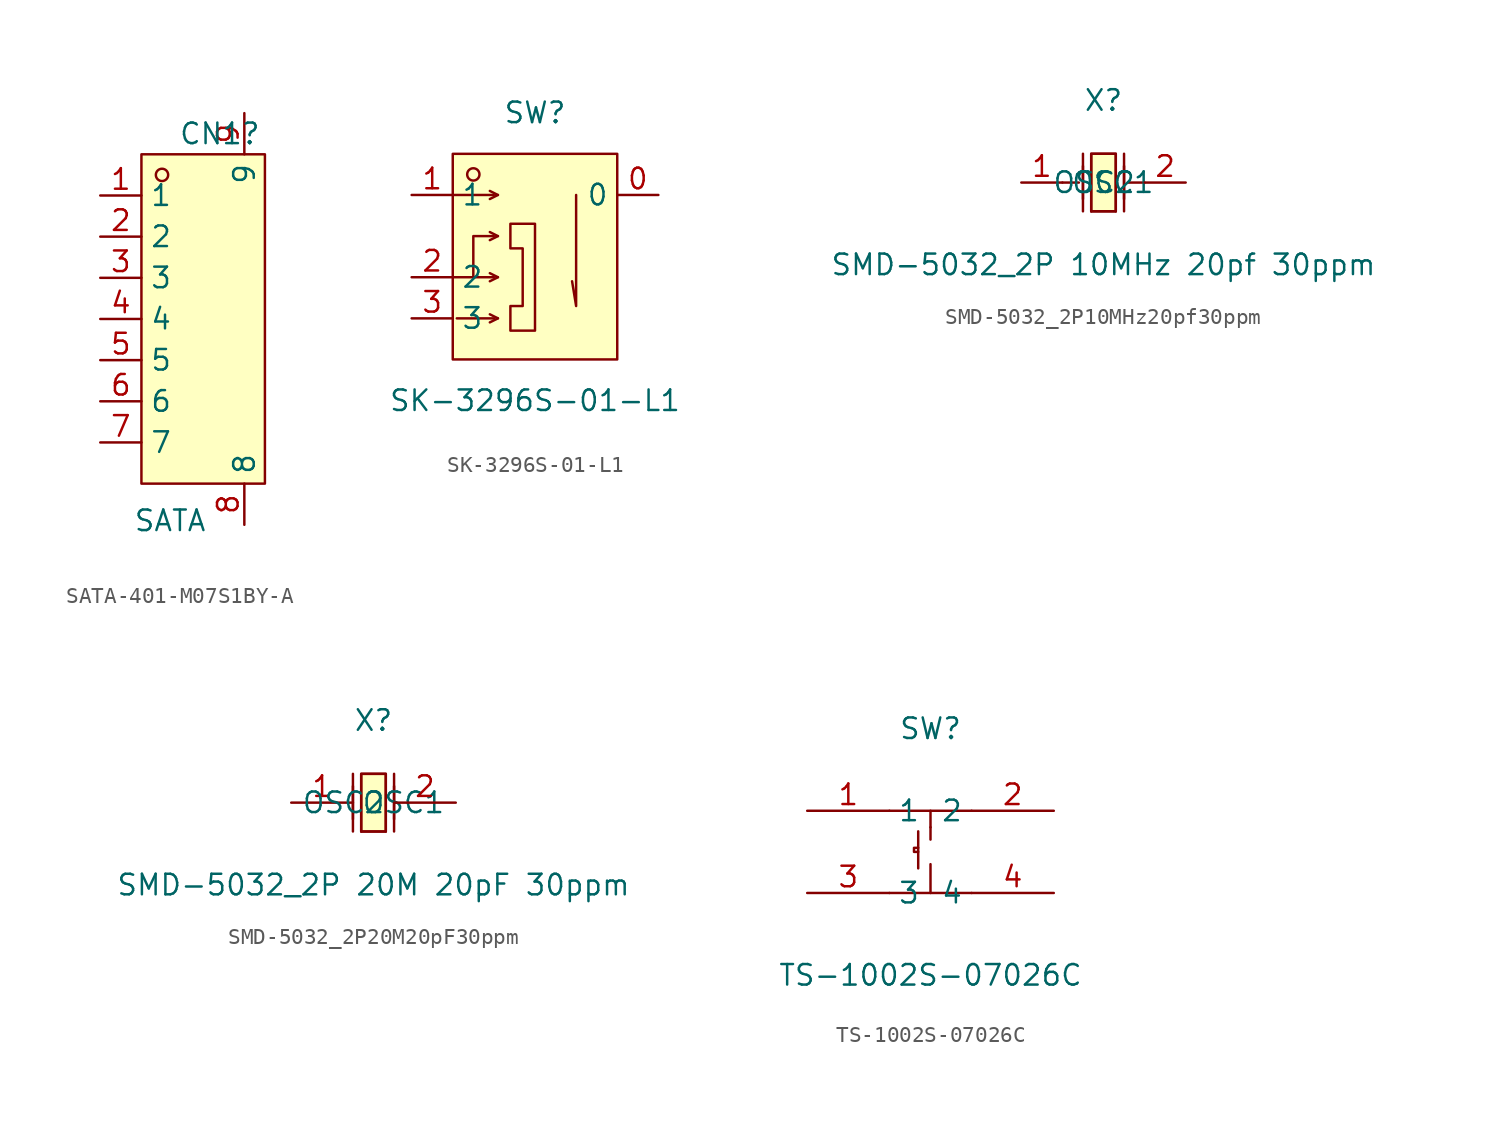
<source format=kicad_sym>
(kicad_symbol_lib
  (version 20241209)
  (generator "kicad_symbol_editor")
  (generator_version "9.0")
  (symbol "SATA-401-M07S1BY-A"
    (property "Reference" "CN1"
      (at -0.254 11.43 0)
      (effects (font (size 1.27 1.27)) (justify left)))
    (property "Value" "SATA"
      (at -3.048 -12.446 0)
      (effects (font (size 1.27 1.27)) (justify left)))
    (symbol "SATA-401-M07S1BY-A_0_1"
      (rectangle (start -2.54 10.16) (end 5.08 -10.16) (stroke (width 0) (type default)) (fill (type background)))
      (circle (center -1.27 8.89) (radius 0.38) (stroke (width 0) (type default)) (fill (type none)))
      (pin unspecified line (at -5.08 7.62 0) (length 2.54) (name "1" (effects (font (size 1.27 1.27)))) (number "1" (effects (font (size 1.27 1.27)))))
      (pin unspecified line (at -5.08 5.08 0) (length 2.54) (name "2" (effects (font (size 1.27 1.27)))) (number "2" (effects (font (size 1.27 1.27)))))
      (pin unspecified line (at -5.08 2.54 0) (length 2.54) (name "3" (effects (font (size 1.27 1.27)))) (number "3" (effects (font (size 1.27 1.27)))))
      (pin unspecified line (at -5.08 0 0) (length 2.54) (name "4" (effects (font (size 1.27 1.27)))) (number "4" (effects (font (size 1.27 1.27)))))
      (pin unspecified line (at -5.08 -2.54 0) (length 2.54) (name "5" (effects (font (size 1.27 1.27)))) (number "5" (effects (font (size 1.27 1.27)))))
      (pin unspecified line (at -5.08 -5.08 0) (length 2.54) (name "6" (effects (font (size 1.27 1.27)))) (number "6" (effects (font (size 1.27 1.27)))))
      (pin unspecified line (at -5.08 -7.62 0) (length 2.54) (name "7" (effects (font (size 1.27 1.27)))) (number "7" (effects (font (size 1.27 1.27)))))
      (pin unspecified line (at 3.81 12.7 270) (length 2.54) (name "9" (effects (font (size 1.27 1.27)))) (number "9" (effects (font (size 1.27 1.27)))))
      (pin unspecified line (at 3.81 -12.7 90) (length 2.54) (name "8" (effects (font (size 1.27 1.27)))) (number "8" (effects (font (size 1.27 1.27)))))))
  (symbol "SK-3296S-01-L1"
    (property "Reference" "SW"
      (at 0 7.62 0)
      (effects (font (size 1.27 1.27))))
    (property "Value" "SK-3296S-01-L1"
      (at 0 -10.16 0)
      (effects (font (size 1.27 1.27))))
    (symbol "SK-3296S-01-L1_0_1"
      (rectangle (start -5.08 5.08) (end 5.08 -7.62) (stroke (width 0) (type default)) (fill (type background)))
      (polyline (pts (xy -5.08 2.54) (xy -2.54 2.54)) (stroke (width 0) (type default)) (fill (type none)))
      (polyline (pts (xy -5.08 -2.54) (xy -2.54 -2.54)) (stroke (width 0) (type default)) (fill (type none)))
      (polyline (pts (xy -4.83 -5.08) (xy -2.54 -5.08)) (stroke (width 0) (type default)) (fill (type none)))
      (circle (center -3.81 3.81) (radius 0.38) (stroke (width 0) (type default)) (fill (type none)))
      (polyline (pts (xy -3.81 -2.54) (xy -3.81 0) (xy -2.54 0)) (stroke (width 0) (type default)) (fill (type none)))
      (polyline (pts (xy -2.29 2.54) (xy -2.79 2.79)) (stroke (width 0) (type default)) (fill (type none)))
      (polyline (pts (xy -2.29 2.54) (xy -2.79 2.29)) (stroke (width 0) (type default)) (fill (type none)))
      (polyline (pts (xy -2.29 0) (xy -2.79 0.25)) (stroke (width 0) (type default)) (fill (type none)))
      (polyline (pts (xy -2.29 0) (xy -2.79 -0.25)) (stroke (width 0) (type default)) (fill (type none)))
      (polyline (pts (xy -2.29 -2.54) (xy -2.79 -2.29)) (stroke (width 0) (type default)) (fill (type none)))
      (polyline (pts (xy -2.29 -2.54) (xy -2.79 -2.79)) (stroke (width 0) (type default)) (fill (type none)))
      (polyline (pts (xy -2.29 -5.08) (xy -2.79 -4.83)) (stroke (width 0) (type default)) (fill (type none)))
      (polyline (pts (xy -2.29 -5.08) (xy -2.79 -5.33)) (stroke (width 0) (type default)) (fill (type none)))
      (polyline (pts (xy -1.52 0.76) (xy 0 0.76) (xy 0 -5.84) (xy -1.52 -5.84) (xy -1.52 -4.32) (xy -0.76 -4.32) (xy -0.76 -0.76) (xy -1.52 -0.76) (xy -1.52 0.76)) (stroke (width 0) (type default)) (fill (type background)))
      (polyline (pts (xy 2.54 2.54) (xy 2.54 -4.32) (xy 2.29 -2.79)) (stroke (width 0) (type default)) (fill (type none)))
      (pin unspecified line (at -7.62 2.54 0) (length 2.54) (name "1" (effects (font (size 1.27 1.27)))) (number "1" (effects (font (size 1.27 1.27)))))
      (pin unspecified line (at -7.62 -2.54 0) (length 2.54) (name "2" (effects (font (size 1.27 1.27)))) (number "2" (effects (font (size 1.27 1.27)))))
      (pin unspecified line (at -7.62 -5.08 0) (length 2.54) (name "3" (effects (font (size 1.27 1.27)))) (number "3" (effects (font (size 1.27 1.27)))))
      (pin unspecified line (at 7.62 2.54 180) (length 2.54) (name "0" (effects (font (size 1.27 1.27)))) (number "0" (effects (font (size 1.27 1.27)))))))
  (symbol "SMD-5032_2P10MHz20pf30ppm"
    (property "Reference" "X"
      (at 0 5.08 0)
      (effects (font (size 1.27 1.27))))
    (property "Value" "SMD-5032_2P 10MHz 20pf 30ppm"
      (at 0 -5.08 0)
      (effects (font (size 1.27 1.27))))
    (symbol "SMD-5032_2P10MHz20pf30ppm_0_1"
      (polyline (pts (xy -2.54 0) (xy -1.52 0)) (stroke (width 0) (type default)) (fill (type none)))
      (polyline (pts (xy -1.27 -1.02) (xy -1.27 1.02)) (stroke (width 0) (type default)) (fill (type none)))
      (polyline (pts (xy -1.27 -1.78) (xy -1.27 1.78)) (stroke (width 0) (type default)) (fill (type none)))
      (polyline (pts (xy -0.76 -1.78) (xy -0.76 1.78) (xy 0.76 1.78) (xy 0.76 -1.78)) (stroke (width 0) (type default)) (fill (type none)))
      (polyline (pts (xy 0.76 1.78) (xy 0.76 -1.78) (xy -0.76 -1.78) (xy -0.76 1.78) (xy 0.76 1.78)) (stroke (width 0) (type default)) (fill (type background)))
      (polyline (pts (xy 0.76 -1.78) (xy -0.76 -1.78)) (stroke (width 0) (type default)) (fill (type none)))
      (polyline (pts (xy 1.27 -1.02) (xy 1.27 1.02)) (stroke (width 0) (type default)) (fill (type none)))
      (polyline (pts (xy 1.27 -1.78) (xy 1.27 1.78)) (stroke (width 0) (type default)) (fill (type none)))
      (polyline (pts (xy 2.54 0) (xy 1.52 0)) (stroke (width 0) (type default)) (fill (type none)))
      (pin input line (at -5.08 0 0) (length 2.54) (name "OSC1" (effects (font (size 1.27 1.27)))) (number "1" (effects (font (size 1.27 1.27)))))
      (pin input line (at 5.08 0 180) (length 2.54) (name "OSC2" (effects (font (size 1.27 1.27)))) (number "2" (effects (font (size 1.27 1.27)))))))
  (symbol "SMD-5032_2P20M20pF30ppm"
    (property "Reference" "X"
      (at 0 5.08 0)
      (effects (font (size 1.27 1.27))))
    (property "Value" "SMD-5032_2P 20M 20pF 30ppm"
      (at 0 -5.08 0)
      (effects (font (size 1.27 1.27))))
    (symbol "SMD-5032_2P20M20pF30ppm_0_1"
      (polyline (pts (xy -1.27 -1.02) (xy -1.27 1.02)) (stroke (width 0) (type default)) (fill (type none)))
      (polyline (pts (xy -1.27 -1.78) (xy -1.27 1.78)) (stroke (width 0) (type default)) (fill (type none)))
      (polyline (pts (xy -0.76 -1.78) (xy -0.76 1.78) (xy 0.76 1.78) (xy 0.76 -1.78)) (stroke (width 0) (type default)) (fill (type none)))
      (polyline (pts (xy 0.76 1.78) (xy 0.76 -1.78) (xy -0.76 -1.78) (xy -0.76 1.78) (xy 0.76 1.78)) (stroke (width 0) (type default)) (fill (type background)))
      (polyline (pts (xy 0.76 -1.78) (xy -0.76 -1.78)) (stroke (width 0) (type default)) (fill (type none)))
      (polyline (pts (xy 1.27 -1.02) (xy 1.27 1.02)) (stroke (width 0) (type default)) (fill (type none)))
      (polyline (pts (xy 1.27 -1.78) (xy 1.27 1.78)) (stroke (width 0) (type default)) (fill (type none)))
      (pin input line (at -5.08 0 0) (length 3.81) (name "OSC1" (effects (font (size 1.27 1.27)))) (number "1" (effects (font (size 1.27 1.27)))))
      (pin input line (at 5.08 0 180) (length 3.81) (name "OSC2" (effects (font (size 1.27 1.27)))) (number "2" (effects (font (size 1.27 1.27)))))))
  (symbol "TS-1002S-07026C"
    (property "Reference" "SW"
      (at 0 7.62 0)
      (effects (font (size 1.27 1.27))))
    (property "Value" "TS-1002S-07026C"
      (at 0 -7.62 0)
      (effects (font (size 1.27 1.27))))
    (symbol "TS-1002S-07026C_0_1"
      (polyline (pts (xy -2.54 2.54) (xy 2.54 2.54)) (stroke (width 0) (type default)) (fill (type none)))
      (polyline (pts (xy -2.54 -2.54) (xy 2.54 -2.54)) (stroke (width 0) (type default)) (fill (type none)))
      (polyline (pts (xy -0.76 1.27) (xy -0.76 -1.02)) (stroke (width 0) (type default)) (fill (type none)))
      (polyline (pts (xy -0.76 0.25) (xy -1.02 0.25) (xy -1.02 0) (xy -0.76 0)) (stroke (width 0) (type default)) (fill (type none)))
      (polyline (pts (xy 0 2.54) (xy 0 1.52)) (stroke (width 0) (type default)) (fill (type none)))
      (polyline (pts (xy 0 1.52) (xy 0 0.76)) (stroke (width 0) (type default)) (fill (type none)))
      (polyline (pts (xy 0 -2.54) (xy 0 -0.76)) (stroke (width 0) (type default)) (fill (type none)))
      (pin unspecified line (at -7.62 2.54 0) (length 5.08) (name "1" (effects (font (size 1.27 1.27)))) (number "1" (effects (font (size 1.27 1.27)))))
      (pin unspecified line (at -7.62 -2.54 0) (length 5.08) (name "3" (effects (font (size 1.27 1.27)))) (number "3" (effects (font (size 1.27 1.27)))))
      (pin unspecified line (at 7.62 2.54 180) (length 5.08) (name "2" (effects (font (size 1.27 1.27)))) (number "2" (effects (font (size 1.27 1.27)))))
      (pin unspecified line (at 7.62 -2.54 180) (length 5.08) (name "4" (effects (font (size 1.27 1.27)))) (number "4" (effects (font (size 1.27 1.27))))))))
</source>
